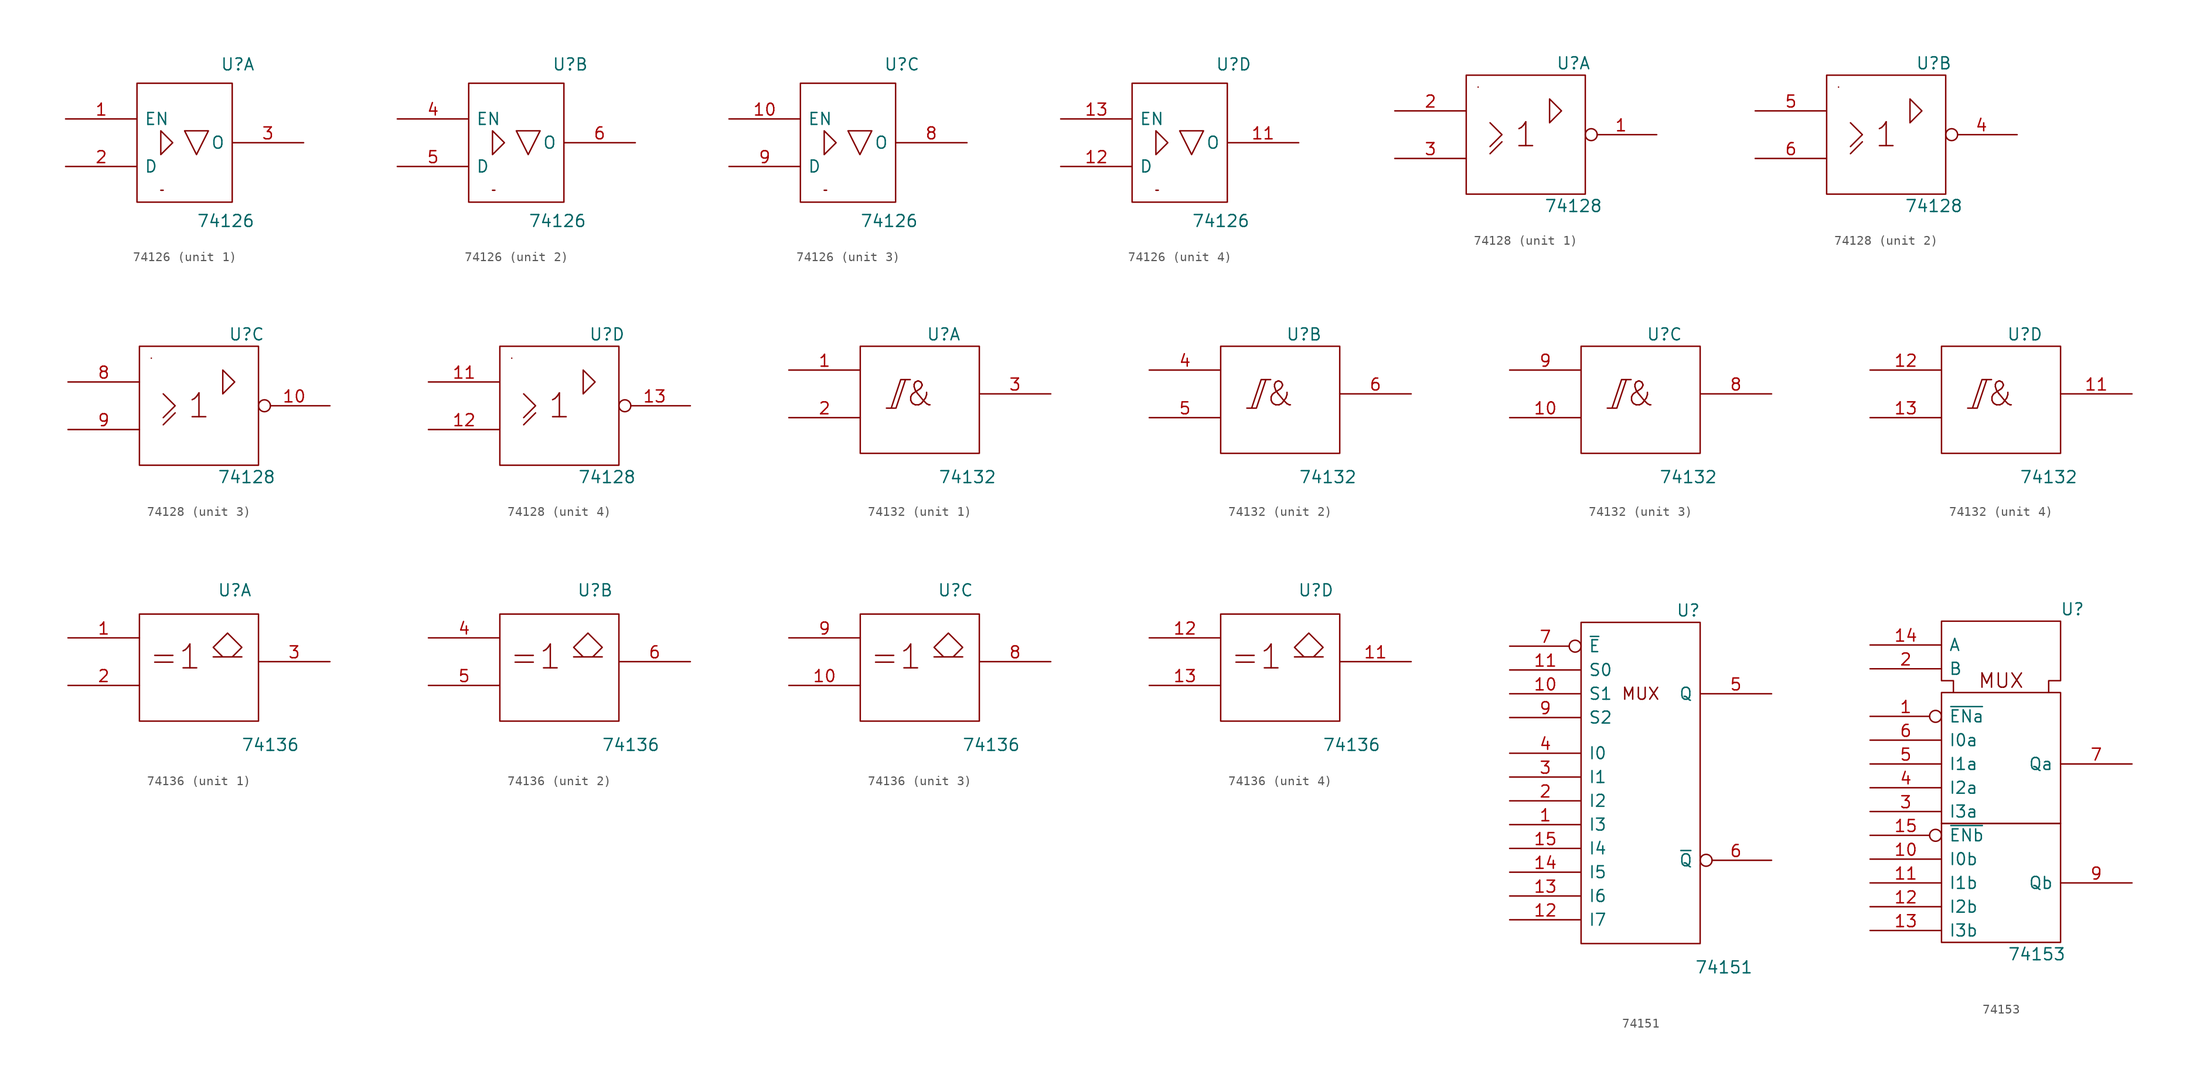
<source format=kicad_sym>
(kicad_symbol_lib
  (version 20201005)
  (generator kicad_symbol_editor)
  (symbol "74126"
    (pin_names
      (offset 0.762))
    (property "Reference" "U"
      (at 3.81 7.62 0)
      (effects (font (size 1.27 1.27)) (justify left bottom)))
    (property "Value" "74126"
      (at 1.27 -7.62 0)
      (effects (font (size 1.27 1.27)) (justify left top)))
    (symbol "74126_0_0"
      (rectangle (start -2.286 -5.08) (end -2.54 -5.08) (stroke (width 0)) (fill (type none)))
      (pin power_in line (at 0 6.35 270) (length 0) hide (name "VCC" (effects (font (size 1.27 1.27)))) (number "14" (effects (font (size 1.27 1.27)))))
      (pin power_in line (at 0 -6.35 90) (length 0) hide (name "GND" (effects (font (size 1.27 1.27)))) (number "7" (effects (font (size 1.27 1.27))))))
    (symbol "74126_0_1"
      (rectangle (start -5.08 6.35) (end 5.08 -6.35) (stroke (width 0)) (fill (type none)))
      (polyline (pts (xy -2.54 1.27) (xy -2.54 -1.27) (xy -1.27 0) (xy -2.54 1.27) (xy -2.54 1.27)) (stroke (width 0)) (fill (type none)))
      (polyline (pts (xy 0 1.27) (xy 2.54 1.27) (xy 1.27 -1.27) (xy 0 1.27) (xy 0 1.27)) (stroke (width 0)) (fill (type none))))
    (symbol "74126_1_0"
      (pin input line (at -12.7 2.54 0) (length 7.62) (name "EN" (effects (font (size 1.27 1.27)))) (number "1" (effects (font (size 1.27 1.27))))))
    (symbol "74126_1_1"
      (pin input line (at -12.7 -2.54 0) (length 7.62) (name "D" (effects (font (size 1.27 1.27)))) (number "2" (effects (font (size 1.27 1.27)))))
      (pin tri_state line (at 12.7 0 180) (length 7.62) (name "O" (effects (font (size 1.27 1.27)))) (number "3" (effects (font (size 1.27 1.27))))))
    (symbol "74126_2_0"
      (pin input line (at -12.7 2.54 0) (length 7.62) (name "EN" (effects (font (size 1.27 1.27)))) (number "4" (effects (font (size 1.27 1.27))))))
    (symbol "74126_2_1"
      (pin input line (at -12.7 -2.54 0) (length 7.62) (name "D" (effects (font (size 1.27 1.27)))) (number "5" (effects (font (size 1.27 1.27)))))
      (pin tri_state line (at 12.7 0 180) (length 7.62) (name "O" (effects (font (size 1.27 1.27)))) (number "6" (effects (font (size 1.27 1.27))))))
    (symbol "74126_3_0"
      (pin input line (at -12.7 2.54 0) (length 7.62) (name "EN" (effects (font (size 1.27 1.27)))) (number "10" (effects (font (size 1.27 1.27))))))
    (symbol "74126_3_1"
      (pin tri_state line (at 12.7 0 180) (length 7.62) (name "O" (effects (font (size 1.27 1.27)))) (number "8" (effects (font (size 1.27 1.27)))))
      (pin input line (at -12.7 -2.54 0) (length 7.62) (name "D" (effects (font (size 1.27 1.27)))) (number "9" (effects (font (size 1.27 1.27))))))
    (symbol "74126_4_0"
      (pin input line (at -12.7 2.54 0) (length 7.62) (name "EN" (effects (font (size 1.27 1.27)))) (number "13" (effects (font (size 1.27 1.27))))))
    (symbol "74126_4_1"
      (pin tri_state line (at 12.7 0 180) (length 7.62) (name "O" (effects (font (size 1.27 1.27)))) (number "11" (effects (font (size 1.27 1.27)))))
      (pin input line (at -12.7 -2.54 0) (length 7.62) (name "D" (effects (font (size 1.27 1.27)))) (number "12" (effects (font (size 1.27 1.27)))))))
  (symbol "74128"
    (pin_names
      (offset 0.762))
    (property "Reference" "U"
      (at 5.08 7.62 0)
      (effects (font (size 1.27 1.27))))
    (property "Value" "74128"
      (at 5.08 -7.62 0)
      (effects (font (size 1.27 1.27))))
    (symbol "74128_0_0"
      (text "1" (at 0 0 0) (effects (font (size 2.54 2.54))))
      (rectangle (start -5.08 5.08) (end -5.08 5.08) (stroke (width 0)) (fill (type none)))
      (polyline (pts (xy -3.81 -2.032) (xy -2.54 -0.762) (xy -2.54 -0.762)) (stroke (width 0)) (fill (type none)))
      (polyline (pts (xy -3.81 1.27) (xy -2.54 0) (xy -3.81 -1.27) (xy -3.81 -1.27)) (stroke (width 0)) (fill (type none)))
      (polyline (pts (xy 2.54 3.81) (xy 2.54 1.27) (xy 3.81 2.54) (xy 2.54 3.81) (xy 2.54 3.81)) (stroke (width 0)) (fill (type none)))
      (pin power_in line (at 0 6.35 270) (length 0) hide (name "VCC" (effects (font (size 1.27 1.27)))) (number "14" (effects (font (size 1.27 1.27)))))
      (pin power_in line (at 0 -6.35 90) (length 0) hide (name "GND" (effects (font (size 1.27 1.27)))) (number "7" (effects (font (size 1.27 1.27))))))
    (symbol "74128_0_1"
      (rectangle (start -6.35 6.35) (end 6.35 -6.35) (stroke (width 0)) (fill (type none))))
    (symbol "74128_1_1"
      (pin output inverted (at 13.97 0 180) (length 7.62) (name "~" (effects (font (size 1.27 1.27)))) (number "1" (effects (font (size 1.27 1.27)))))
      (pin input line (at -13.97 2.54 0) (length 7.62) (name "~" (effects (font (size 1.27 1.27)))) (number "2" (effects (font (size 1.27 1.27)))))
      (pin input line (at -13.97 -2.54 0) (length 7.62) (name "~" (effects (font (size 1.27 1.27)))) (number "3" (effects (font (size 1.27 1.27))))))
    (symbol "74128_2_1"
      (pin output inverted (at 13.97 0 180) (length 7.62) (name "~" (effects (font (size 1.27 1.27)))) (number "4" (effects (font (size 1.27 1.27)))))
      (pin input line (at -13.97 2.54 0) (length 7.62) (name "~" (effects (font (size 1.27 1.27)))) (number "5" (effects (font (size 1.27 1.27)))))
      (pin input line (at -13.97 -2.54 0) (length 7.62) (name "~" (effects (font (size 1.27 1.27)))) (number "6" (effects (font (size 1.27 1.27))))))
    (symbol "74128_3_1"
      (pin output inverted (at 13.97 0 180) (length 7.62) (name "~" (effects (font (size 1.27 1.27)))) (number "10" (effects (font (size 1.27 1.27)))))
      (pin input line (at -13.97 2.54 0) (length 7.62) (name "~" (effects (font (size 1.27 1.27)))) (number "8" (effects (font (size 1.27 1.27)))))
      (pin input line (at -13.97 -2.54 0) (length 7.62) (name "~" (effects (font (size 1.27 1.27)))) (number "9" (effects (font (size 1.27 1.27))))))
    (symbol "74128_4_1"
      (pin input line (at -13.97 2.54 0) (length 7.62) (name "~" (effects (font (size 1.27 1.27)))) (number "11" (effects (font (size 1.27 1.27)))))
      (pin input line (at -13.97 -2.54 0) (length 7.62) (name "~" (effects (font (size 1.27 1.27)))) (number "12" (effects (font (size 1.27 1.27)))))
      (pin output inverted (at 13.97 0 180) (length 7.62) (name "~" (effects (font (size 1.27 1.27)))) (number "13" (effects (font (size 1.27 1.27)))))))
  (symbol "74132"
    (pin_names
      (offset 0.762))
    (property "Reference" "U"
      (at 2.54 6.35 0)
      (effects (font (size 1.27 1.27))))
    (property "Value" "74132"
      (at 5.08 -8.89 0)
      (effects (font (size 1.27 1.27))))
    (symbol "74132_0_0"
      (polyline (pts (xy -3.556 -1.524) (xy -2.54 -1.524) (xy -1.524 1.524) (xy -1.016 1.524) (xy -2.032 1.524) (xy -3.048 -1.524) (xy -3.048 -1.524)) (stroke (width 0)) (fill (type none))))
    (symbol "74132_0_1"
      (text "&" (at 0 0 0) (effects (font (size 2.54 2.54))))
      (rectangle (start -6.35 5.08) (end 6.35 -6.35) (stroke (width 0)) (fill (type none)))
      (pin power_in line (at 0 5.08 270) (length 0) hide (name "Vcc" (effects (font (size 1.27 1.27)))) (number "14" (effects (font (size 1.27 1.27)))))
      (pin power_in line (at 0 -6.35 90) (length 0) hide (name "Gnd" (effects (font (size 1.27 1.27)))) (number "7" (effects (font (size 1.27 1.27))))))
    (symbol "74132_1_1"
      (pin input line (at -13.97 2.54 0) (length 7.62) (name "~" (effects (font (size 1.27 1.27)))) (number "1" (effects (font (size 1.27 1.27)))))
      (pin input line (at -13.97 -2.54 0) (length 7.62) (name "~" (effects (font (size 1.27 1.27)))) (number "2" (effects (font (size 1.27 1.27)))))
      (pin output line (at 13.97 0 180) (length 7.62) (name "~" (effects (font (size 1.27 1.27)))) (number "3" (effects (font (size 1.27 1.27))))))
    (symbol "74132_2_1"
      (pin input line (at -13.97 2.54 0) (length 7.62) (name "~" (effects (font (size 1.27 1.27)))) (number "4" (effects (font (size 1.27 1.27)))))
      (pin input line (at -13.97 -2.54 0) (length 7.62) (name "~" (effects (font (size 1.27 1.27)))) (number "5" (effects (font (size 1.27 1.27)))))
      (pin output line (at 13.97 0 180) (length 7.62) (name "~" (effects (font (size 1.27 1.27)))) (number "6" (effects (font (size 1.27 1.27))))))
    (symbol "74132_3_1"
      (pin input line (at -13.97 -2.54 0) (length 7.62) (name "~" (effects (font (size 1.27 1.27)))) (number "10" (effects (font (size 1.27 1.27)))))
      (pin output line (at 13.97 0 180) (length 7.62) (name "~" (effects (font (size 1.27 1.27)))) (number "8" (effects (font (size 1.27 1.27)))))
      (pin input line (at -13.97 2.54 0) (length 7.62) (name "~" (effects (font (size 1.27 1.27)))) (number "9" (effects (font (size 1.27 1.27))))))
    (symbol "74132_4_1"
      (pin output line (at 13.97 0 180) (length 7.62) (name "~" (effects (font (size 1.27 1.27)))) (number "11" (effects (font (size 1.27 1.27)))))
      (pin input line (at -13.97 2.54 0) (length 7.62) (name "~" (effects (font (size 1.27 1.27)))) (number "12" (effects (font (size 1.27 1.27)))))
      (pin input line (at -13.97 -2.54 0) (length 7.62) (name "~" (effects (font (size 1.27 1.27)))) (number "13" (effects (font (size 1.27 1.27)))))))
  (symbol "74136"
    (pin_names
      (offset 0.762))
    (property "Reference" "U"
      (at 3.81 7.62 0)
      (effects (font (size 1.27 1.27))))
    (property "Value" "74136"
      (at 7.62 -8.89 0)
      (effects (font (size 1.27 1.27))))
    (symbol "74136_0_1"
      (text "=1" (at -2.54 0.508 0) (effects (font (size 2.54 2.54))))
      (rectangle (start -6.35 5.08) (end 6.35 -6.35) (stroke (width 0)) (fill (type none)))
      (polyline (pts (xy 3.556 0.508) (xy 4.572 1.524) (xy 3.048 3.048) (xy 1.524 1.524) (xy 2.54 0.508) (xy 1.524 0.508) (xy 4.572 0.508) (xy 4.572 0.508)) (stroke (width 0)) (fill (type none)))
      (pin power_in line (at 0 5.08 270) (length 0) hide (name "Vcc" (effects (font (size 1.27 1.27)))) (number "14" (effects (font (size 1.27 1.27)))))
      (pin power_in line (at 0 -6.35 90) (length 0) hide (name "Gnd" (effects (font (size 1.27 1.27)))) (number "7" (effects (font (size 1.27 1.27))))))
    (symbol "74136_1_1"
      (pin input line (at -13.97 2.54 0) (length 7.62) (name "~" (effects (font (size 1.27 1.27)))) (number "1" (effects (font (size 1.27 1.27)))))
      (pin input line (at -13.97 -2.54 0) (length 7.62) (name "~" (effects (font (size 1.27 1.27)))) (number "2" (effects (font (size 1.27 1.27)))))
      (pin open_collector line (at 13.97 0 180) (length 7.62) (name "~" (effects (font (size 1.27 1.27)))) (number "3" (effects (font (size 1.27 1.27))))))
    (symbol "74136_2_1"
      (pin input line (at -13.97 2.54 0) (length 7.62) (name "~" (effects (font (size 1.27 1.27)))) (number "4" (effects (font (size 1.27 1.27)))))
      (pin input line (at -13.97 -2.54 0) (length 7.62) (name "~" (effects (font (size 1.27 1.27)))) (number "5" (effects (font (size 1.27 1.27)))))
      (pin open_collector line (at 13.97 0 180) (length 7.62) (name "~" (effects (font (size 1.27 1.27)))) (number "6" (effects (font (size 1.27 1.27))))))
    (symbol "74136_3_1"
      (pin input line (at -13.97 -2.54 0) (length 7.62) (name "~" (effects (font (size 1.27 1.27)))) (number "10" (effects (font (size 1.27 1.27)))))
      (pin open_collector line (at 13.97 0 180) (length 7.62) (name "~" (effects (font (size 1.27 1.27)))) (number "8" (effects (font (size 1.27 1.27)))))
      (pin input line (at -13.97 2.54 0) (length 7.62) (name "~" (effects (font (size 1.27 1.27)))) (number "9" (effects (font (size 1.27 1.27))))))
    (symbol "74136_4_1"
      (pin open_collector line (at 13.97 0 180) (length 7.62) (name "~" (effects (font (size 1.27 1.27)))) (number "11" (effects (font (size 1.27 1.27)))))
      (pin input line (at -13.97 2.54 0) (length 7.62) (name "~" (effects (font (size 1.27 1.27)))) (number "12" (effects (font (size 1.27 1.27)))))
      (pin input line (at -13.97 -2.54 0) (length 7.62) (name "~" (effects (font (size 1.27 1.27)))) (number "13" (effects (font (size 1.27 1.27)))))))
  (symbol "74151"
    (pin_names
      (offset 0.762))
    (property "Reference" "U"
      (at 5.08 17.78 0)
      (effects (font (size 1.27 1.27))))
    (property "Value" "74151"
      (at 8.89 -20.32 0)
      (effects (font (size 1.27 1.27))))
    (symbol "74151_0_0"
      (text "MUX" (at 0 8.89 0) (effects (font (size 1.27 1.27))))
      (rectangle (start -6.35 16.51) (end 6.35 -17.78) (stroke (width 0)) (fill (type none)))
      (pin power_in line (at 0 16.51 270) (length 0) hide (name "VCC" (effects (font (size 1.27 1.27)))) (number "16" (effects (font (size 1.27 1.27)))))
      (pin power_in line (at 0 -17.78 90) (length 0) hide (name "GND" (effects (font (size 1.27 1.27)))) (number "8" (effects (font (size 1.27 1.27))))))
    (symbol "74151_1_1"
      (pin input line (at -13.97 -5.08 0) (length 7.62) (name "I3" (effects (font (size 1.27 1.27)))) (number "1" (effects (font (size 1.27 1.27)))))
      (pin input line (at -13.97 8.89 0) (length 7.62) (name "S1" (effects (font (size 1.27 1.27)))) (number "10" (effects (font (size 1.27 1.27)))))
      (pin input line (at -13.97 11.43 0) (length 7.62) (name "S0" (effects (font (size 1.27 1.27)))) (number "11" (effects (font (size 1.27 1.27)))))
      (pin input line (at -13.97 -15.24 0) (length 7.62) (name "I7" (effects (font (size 1.27 1.27)))) (number "12" (effects (font (size 1.27 1.27)))))
      (pin input line (at -13.97 -12.7 0) (length 7.62) (name "I6" (effects (font (size 1.27 1.27)))) (number "13" (effects (font (size 1.27 1.27)))))
      (pin input line (at -13.97 -10.16 0) (length 7.62) (name "I5" (effects (font (size 1.27 1.27)))) (number "14" (effects (font (size 1.27 1.27)))))
      (pin input line (at -13.97 -7.62 0) (length 7.62) (name "I4" (effects (font (size 1.27 1.27)))) (number "15" (effects (font (size 1.27 1.27)))))
      (pin input line (at -13.97 -2.54 0) (length 7.62) (name "I2" (effects (font (size 1.27 1.27)))) (number "2" (effects (font (size 1.27 1.27)))))
      (pin input line (at -13.97 0 0) (length 7.62) (name "I1" (effects (font (size 1.27 1.27)))) (number "3" (effects (font (size 1.27 1.27)))))
      (pin input line (at -13.97 2.54 0) (length 7.62) (name "I0" (effects (font (size 1.27 1.27)))) (number "4" (effects (font (size 1.27 1.27)))))
      (pin output line (at 13.97 8.89 180) (length 7.62) (name "Q" (effects (font (size 1.27 1.27)))) (number "5" (effects (font (size 1.27 1.27)))))
      (pin output inverted (at 13.97 -8.89 180) (length 7.62) (name "~Q" (effects (font (size 1.27 1.27)))) (number "6" (effects (font (size 1.27 1.27)))))
      (pin input inverted (at -13.97 13.97 0) (length 7.62) (name "~E" (effects (font (size 1.27 1.27)))) (number "7" (effects (font (size 1.27 1.27)))))
      (pin input line (at -13.97 6.35 0) (length 7.62) (name "S2" (effects (font (size 1.27 1.27)))) (number "9" (effects (font (size 1.27 1.27)))))))
  (symbol "74153"
    (pin_names
      (offset 0.762))
    (property "Reference" "U"
      (at 7.62 20.32 0)
      (effects (font (size 1.27 1.27))))
    (property "Value" "74153"
      (at 3.81 -16.51 0)
      (effects (font (size 1.27 1.27))))
    (symbol "74153_0_0"
      (text "MUX" (at 0 12.7 0) (effects (font (size 1.524 1.524))))
      (rectangle (start -6.35 -2.54) (end 6.35 -15.24) (stroke (width 0)) (fill (type none)))
      (rectangle (start -6.35 11.43) (end 6.35 -2.54) (stroke (width 0)) (fill (type none)))
      (polyline (pts (xy -5.08 11.43) (xy -5.08 12.7) (xy -6.35 12.7) (xy -6.35 19.05) (xy 6.35 19.05) (xy 6.35 12.7) (xy 5.08 12.7) (xy 5.08 11.43) (xy 5.08 11.43)) (stroke (width 0)) (fill (type none)))
      (pin power_in line (at 5.08 19.05 270) (length 0) hide (name "VCC" (effects (font (size 1.27 1.27)))) (number "16" (effects (font (size 1.27 1.27)))))
      (pin power_in line (at 0 19.05 270) (length 0) hide (name "GND" (effects (font (size 1.27 1.27)))) (number "8" (effects (font (size 1.27 1.27))))))
    (symbol "74153_1_1"
      (pin input inverted (at -13.97 8.89 0) (length 7.62) (name "~ENa" (effects (font (size 1.27 1.27)))) (number "1" (effects (font (size 1.27 1.27)))))
      (pin input line (at -13.97 -6.35 0) (length 7.62) (name "I0b" (effects (font (size 1.27 1.27)))) (number "10" (effects (font (size 1.27 1.27)))))
      (pin input line (at -13.97 -8.89 0) (length 7.62) (name "I1b" (effects (font (size 1.27 1.27)))) (number "11" (effects (font (size 1.27 1.27)))))
      (pin input line (at -13.97 -11.43 0) (length 7.62) (name "I2b" (effects (font (size 1.27 1.27)))) (number "12" (effects (font (size 1.27 1.27)))))
      (pin input line (at -13.97 -13.97 0) (length 7.62) (name "I3b" (effects (font (size 1.27 1.27)))) (number "13" (effects (font (size 1.27 1.27)))))
      (pin input line (at -13.97 16.51 0) (length 7.62) (name "A" (effects (font (size 1.27 1.27)))) (number "14" (effects (font (size 1.27 1.27)))))
      (pin input inverted (at -13.97 -3.81 0) (length 7.62) (name "~ENb" (effects (font (size 1.27 1.27)))) (number "15" (effects (font (size 1.27 1.27)))))
      (pin input line (at -13.97 13.97 0) (length 7.62) (name "B" (effects (font (size 1.27 1.27)))) (number "2" (effects (font (size 1.27 1.27)))))
      (pin input line (at -13.97 -1.27 0) (length 7.62) (name "I3a" (effects (font (size 1.27 1.27)))) (number "3" (effects (font (size 1.27 1.27)))))
      (pin input line (at -13.97 1.27 0) (length 7.62) (name "I2a" (effects (font (size 1.27 1.27)))) (number "4" (effects (font (size 1.27 1.27)))))
      (pin input line (at -13.97 3.81 0) (length 7.62) (name "I1a" (effects (font (size 1.27 1.27)))) (number "5" (effects (font (size 1.27 1.27)))))
      (pin input line (at -13.97 6.35 0) (length 7.62) (name "I0a" (effects (font (size 1.27 1.27)))) (number "6" (effects (font (size 1.27 1.27)))))
      (pin output line (at 13.97 3.81 180) (length 7.62) (name "Qa" (effects (font (size 1.27 1.27)))) (number "7" (effects (font (size 1.27 1.27)))))
      (pin output line (at 13.97 -8.89 180) (length 7.62) (name "Qb" (effects (font (size 1.27 1.27)))) (number "9" (effects (font (size 1.27 1.27))))))))
</source>
